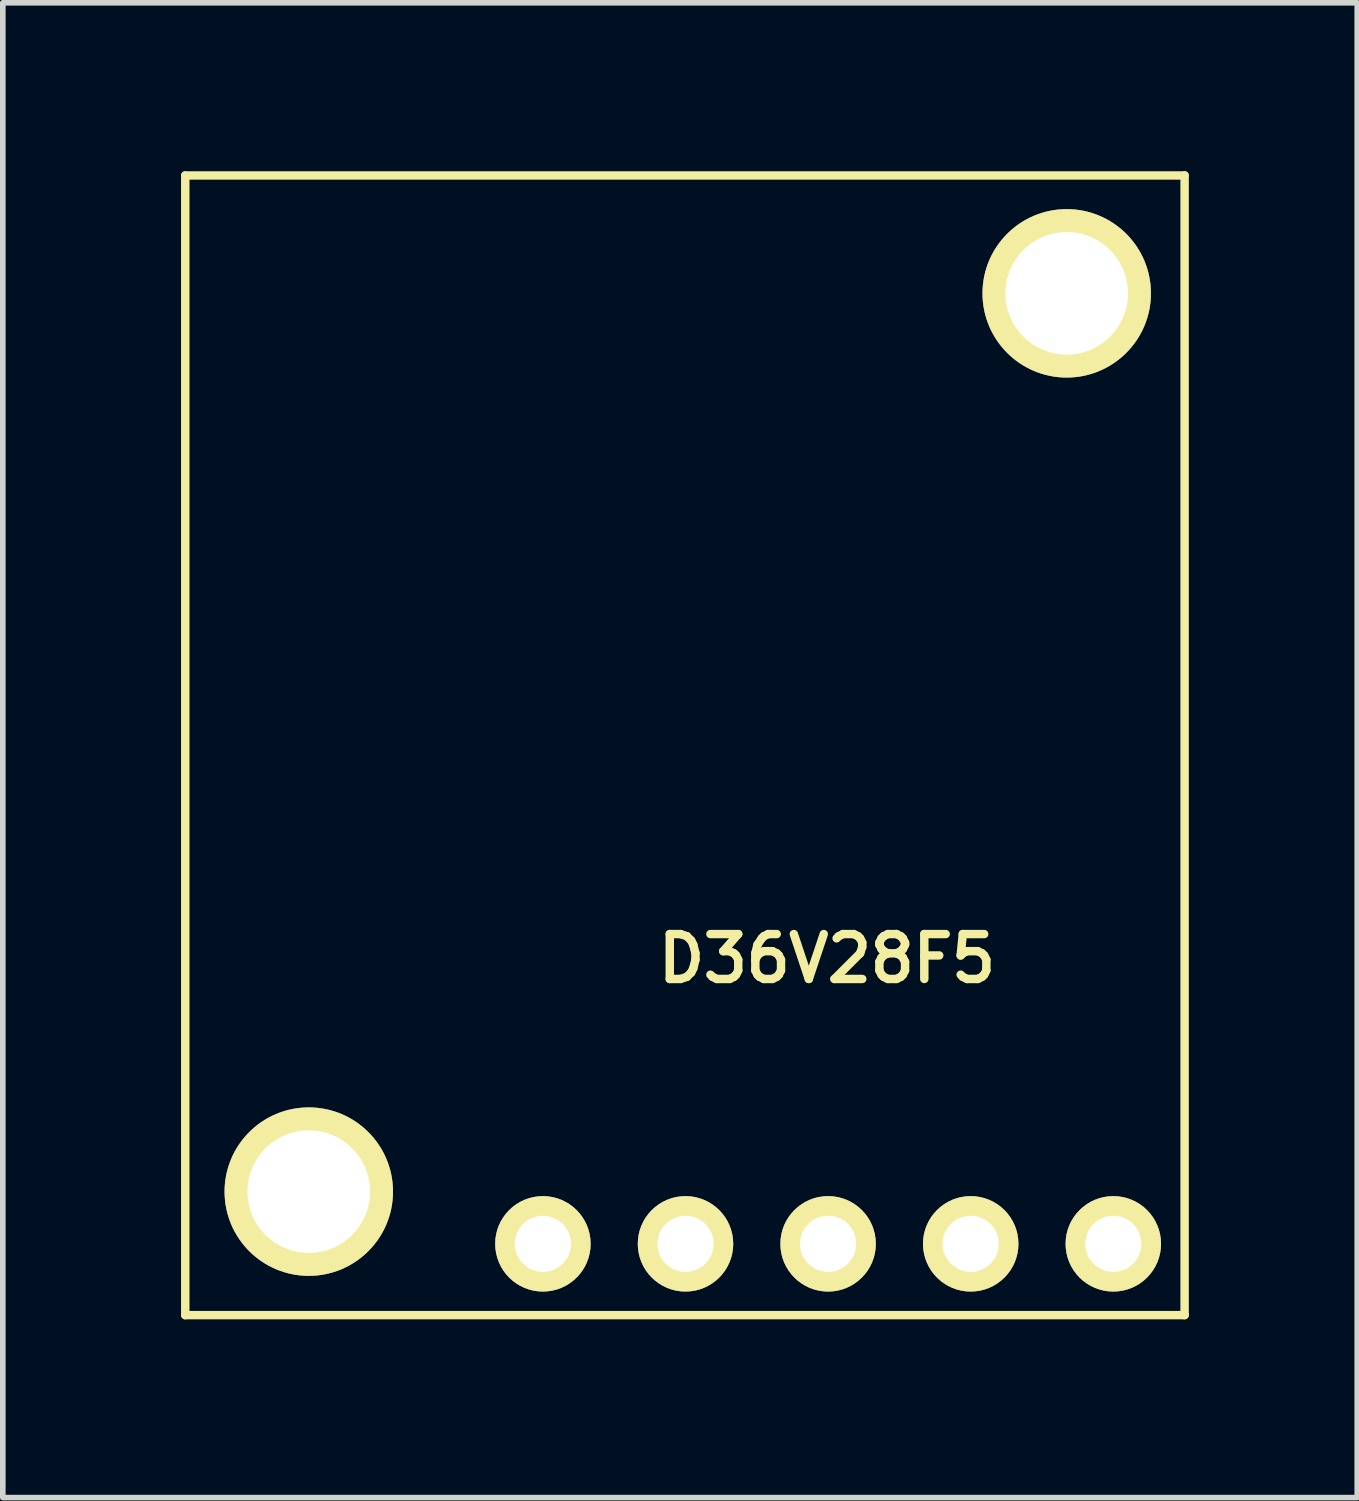
<source format=kicad_pcb>
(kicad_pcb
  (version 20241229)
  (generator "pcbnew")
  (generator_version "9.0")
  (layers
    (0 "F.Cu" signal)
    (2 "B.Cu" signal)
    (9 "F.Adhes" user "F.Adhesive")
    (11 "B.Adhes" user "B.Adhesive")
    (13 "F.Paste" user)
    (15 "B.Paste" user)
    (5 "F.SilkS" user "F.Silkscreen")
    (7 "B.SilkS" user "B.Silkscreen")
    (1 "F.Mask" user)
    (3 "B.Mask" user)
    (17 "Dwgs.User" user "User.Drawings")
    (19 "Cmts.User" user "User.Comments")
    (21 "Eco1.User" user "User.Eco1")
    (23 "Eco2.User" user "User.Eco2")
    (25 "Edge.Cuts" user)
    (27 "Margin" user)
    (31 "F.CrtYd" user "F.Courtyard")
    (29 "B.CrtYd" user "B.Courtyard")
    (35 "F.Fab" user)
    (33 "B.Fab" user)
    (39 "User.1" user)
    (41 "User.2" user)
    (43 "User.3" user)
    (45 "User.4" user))
  (footprint "D36V28F5"
    (layer "F.Cu")
    (at 0.25 20.375)
    (property "Reference" "D36V28F5" (at 11.43 -6.35 0) (layer "F.SilkS") (effects (font (size 0.8 0.8) (thickness 0.15))))
    (attr through_hole)
    (fp_line (start 0 -20.3) (end 17.8 -20.3) (stroke (width 0.15) (type solid)) (layer "F.SilkS"))
    (fp_line (start 0 0) (end 0 -20.3) (stroke (width 0.15) (type solid)) (layer "F.SilkS"))
    (fp_line (start 17.8 0) (end 0 0) (stroke (width 0.15) (type solid)) (layer "F.SilkS"))
    (fp_line (start 17.8 0) (end 17.8 -20.3) (stroke (width 0.15) (type solid)) (layer "F.SilkS"))
    (pad "" thru_hole circle (at 2.2 -2.2) (size 3 3) (drill 2.184) (layers "*.Cu" "*.Mask" "F.SilkS"))
    (pad "" thru_hole circle (at 15.7 -18.2) (size 3 3) (drill 2.184) (layers "*.Cu" "*.Mask" "F.SilkS"))
    (pad "1" thru_hole circle (at 6.37 -1.27) (size 1.7 1.7) (drill 1) (layers "*.Cu" "*.Mask" "F.SilkS"))
    (pad "2" thru_hole circle (at 8.91 -1.27) (size 1.7 1.7) (drill 1) (layers "*.Cu" "*.Mask" "F.SilkS"))
    (pad "3" thru_hole circle (at 11.45 -1.27) (size 1.7 1.7) (drill 1) (layers "*.Cu" "*.Mask" "F.SilkS"))
    (pad "4" thru_hole circle (at 13.99 -1.27) (size 1.7 1.7) (drill 1) (layers "*.Cu" "*.Mask" "F.SilkS"))
    (pad "5" thru_hole circle (at 16.53 -1.27) (size 1.7 1.7) (drill 1) (layers "*.Cu" "*.Mask" "F.SilkS")))
  (gr_rect
    (start -3 -3)
    (end 21.125 23.625)
    (stroke (width 0.1) (type default))
    (fill no)
    (layer "Edge.Cuts")))
</source>
